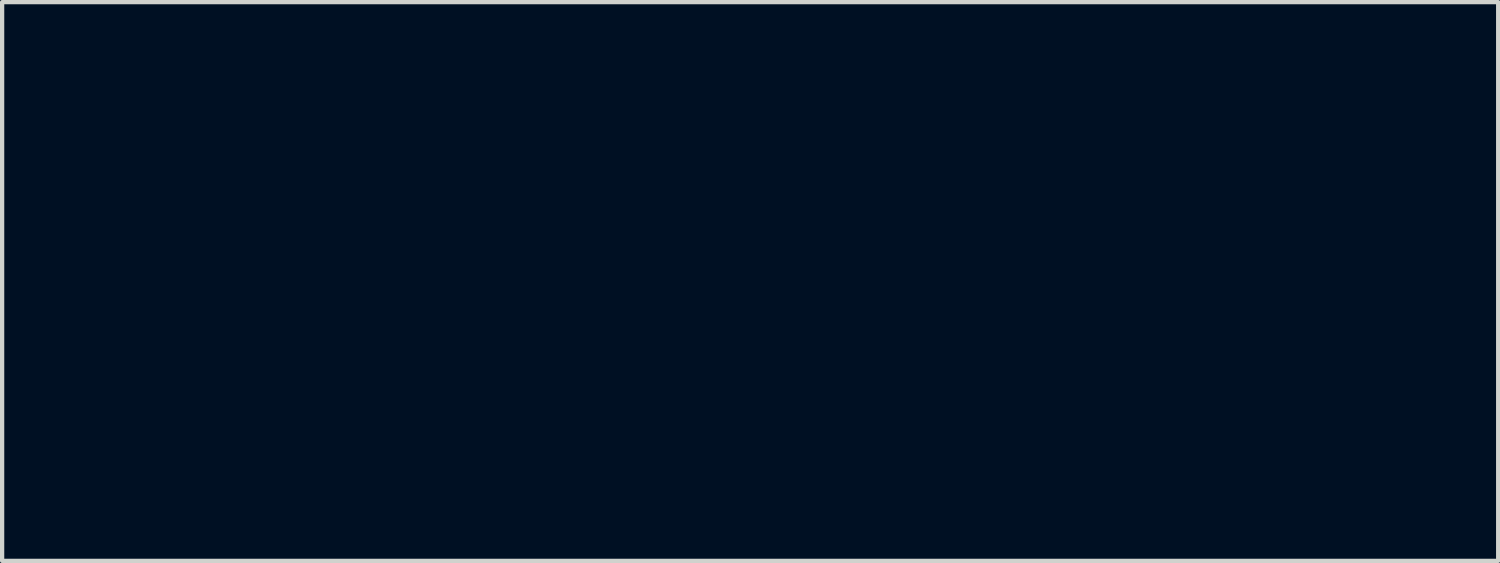
<source format=kicad_pcb>
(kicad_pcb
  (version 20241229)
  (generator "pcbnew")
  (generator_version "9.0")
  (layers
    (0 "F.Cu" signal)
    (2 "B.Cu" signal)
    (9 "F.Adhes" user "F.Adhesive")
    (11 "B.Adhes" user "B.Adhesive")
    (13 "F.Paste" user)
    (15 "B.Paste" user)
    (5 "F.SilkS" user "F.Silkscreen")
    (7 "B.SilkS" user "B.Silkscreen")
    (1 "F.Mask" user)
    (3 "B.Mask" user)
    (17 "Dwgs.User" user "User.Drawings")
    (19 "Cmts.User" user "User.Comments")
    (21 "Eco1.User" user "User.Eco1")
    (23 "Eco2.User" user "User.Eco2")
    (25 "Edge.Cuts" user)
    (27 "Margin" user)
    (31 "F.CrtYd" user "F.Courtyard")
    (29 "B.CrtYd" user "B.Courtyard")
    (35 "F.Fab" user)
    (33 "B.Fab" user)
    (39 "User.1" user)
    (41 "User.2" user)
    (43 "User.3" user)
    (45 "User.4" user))
  (footprint "fiiiish_mask"
    (layer "F.Cu")
    (at 22.126 4.638)
    (property "Reference" "fiiiish_mask" (at 0 0 0) (layer "F.Mask") (effects (font (size 1.524 1.524) (thickness 0.3))))
    (attr through_hole)
    (fp_poly (pts (xy -18.456 -4.613) (xy -18.388 -4.559) (xy -18.357 -4.476) (xy -18.365 -4.372) (xy -18.389 -4.306) (xy -18.419 -4.238) (xy -18.438 -4.19) (xy -18.44 -4.178) (xy -18.456 -4.122) (xy -18.497 -4.043) (xy -18.554 -3.956) (xy -18.619 -3.874) (xy -18.653 -3.838) (xy -18.72 -3.765) (xy -18.775 -3.691) (xy -18.799 -3.647) (xy -18.826 -3.592) (xy -18.873 -3.507) (xy -18.931 -3.407) (xy -18.966 -3.349) (xy -19.022 -3.255) (xy -19.067 -3.179) (xy -19.095 -3.128) (xy -19.101 -3.114) (xy -19.111 -3.088) (xy -19.14 -3.023) (xy -19.184 -2.929) (xy -19.239 -2.814) (xy -19.279 -2.732) (xy -19.344 -2.591) (xy -19.404 -2.451) (xy -19.454 -2.324) (xy -19.488 -2.224) (xy -19.497 -2.192) (xy -19.519 -2.102) (xy -19.541 -2.031) (xy -19.556 -1.994) (xy -19.556 -1.994) (xy -19.576 -1.957) (xy -19.604 -1.89) (xy -19.622 -1.841) (xy -19.658 -1.75) (xy -19.705 -1.639) (xy -19.746 -1.549) (xy -19.825 -1.384) (xy -19.844 -0.686) (xy -19.853 -0.353) (xy -19.862 -0.067) (xy -19.871 0.177) (xy -19.88 0.383) (xy -19.89 0.555) (xy -19.901 0.698) (xy -19.913 0.816) (xy -19.927 0.913) (xy -19.944 0.994) (xy -19.962 1.062) (xy -19.984 1.122) (xy -20.001 1.162) (xy -20.042 1.247) (xy -20.082 1.315) (xy -20.109 1.35) (xy -20.145 1.397) (xy -20.187 1.475) (xy -20.227 1.568) (xy -20.257 1.658) (xy -20.259 1.665) (xy -20.29 1.726) (xy -20.354 1.808) (xy -20.441 1.902) (xy -20.542 1.999) (xy -20.648 2.09) (xy -20.75 2.167) (xy -20.838 2.221) (xy -20.844 2.223) (xy -20.928 2.265) (xy -20.996 2.304) (xy -21.031 2.326) (xy -21.111 2.373) (xy -21.226 2.417) (xy -21.361 2.451) (xy -21.5 2.473) (xy -21.514 2.474) (xy -21.624 2.48) (xy -21.701 2.476) (xy -21.766 2.458) (xy -21.807 2.441) (xy -21.883 2.399) (xy -21.938 2.353) (xy -21.981 2.29) (xy -22.02 2.199) (xy -22.058 2.081) (xy -22.111 1.834) (xy -22.121 1.589) (xy -22.09 1.356) (xy -22.022 1.157) (xy -21.992 1.086) (xy -21.974 1.034) (xy -21.971 1.021) (xy -21.954 0.986) (xy -21.932 0.964) (xy -21.893 0.918) (xy -21.842 0.838) (xy -21.786 0.738) (xy -21.733 0.631) (xy -21.69 0.532) (xy -21.675 0.492) (xy -21.645 0.412) (xy -21.615 0.35) (xy -21.603 0.33) (xy -21.573 0.281) (xy -21.527 0.192) (xy -21.47 0.07) (xy -21.405 -0.076) (xy -21.376 -0.153) (xy -21.344 -0.251) (xy -21.327 -0.307) (xy -21.291 -0.401) (xy -21.236 -0.512) (xy -21.175 -0.615) (xy -21.174 -0.616) (xy -21.114 -0.719) (xy -21.05 -0.848) (xy -20.994 -0.979) (xy -20.979 -1.02) (xy -20.901 -1.208) (xy -20.815 -1.352) (xy -20.789 -1.384) (xy -20.722 -1.478) (xy -20.656 -1.592) (xy -20.614 -1.68) (xy -20.549 -1.806) (xy -20.473 -1.914) (xy -20.442 -1.947) (xy -20.338 -2.078) (xy -20.246 -2.256) (xy -20.193 -2.4) (xy -20.156 -2.482) (xy -20.101 -2.572) (xy -20.075 -2.606) (xy -20.027 -2.669) (xy -19.996 -2.719) (xy -19.99 -2.736) (xy -19.973 -2.77) (xy -19.939 -2.807) (xy -19.901 -2.851) (xy -19.888 -2.88) (xy -19.871 -2.91) (xy -19.825 -2.966) (xy -19.759 -3.038) (xy -19.682 -3.118) (xy -19.601 -3.197) (xy -19.571 -3.225) (xy -19.535 -3.274) (xy -19.495 -3.352) (xy -19.47 -3.417) (xy -19.415 -3.538) (xy -19.343 -3.622) (xy -19.334 -3.629) (xy -19.272 -3.694) (xy -19.208 -3.789) (xy -19.174 -3.854) (xy -19.1 -3.981) (xy -19.015 -4.079) (xy -18.999 -4.092) (xy -18.927 -4.165) (xy -18.87 -4.26) (xy -18.834 -4.343) (xy -18.771 -4.481) (xy -18.704 -4.572) (xy -18.627 -4.621) (xy -18.555 -4.633) (xy -18.456 -4.613)) (stroke (width 0.01) (type solid)) (fill yes) (layer "F.Mask")))
  (gr_rect
    (start -3 -3)
    (end 32.137 10.123)
    (stroke (width 0.1) (type default))
    (fill no)
    (layer "Edge.Cuts")))
</source>
